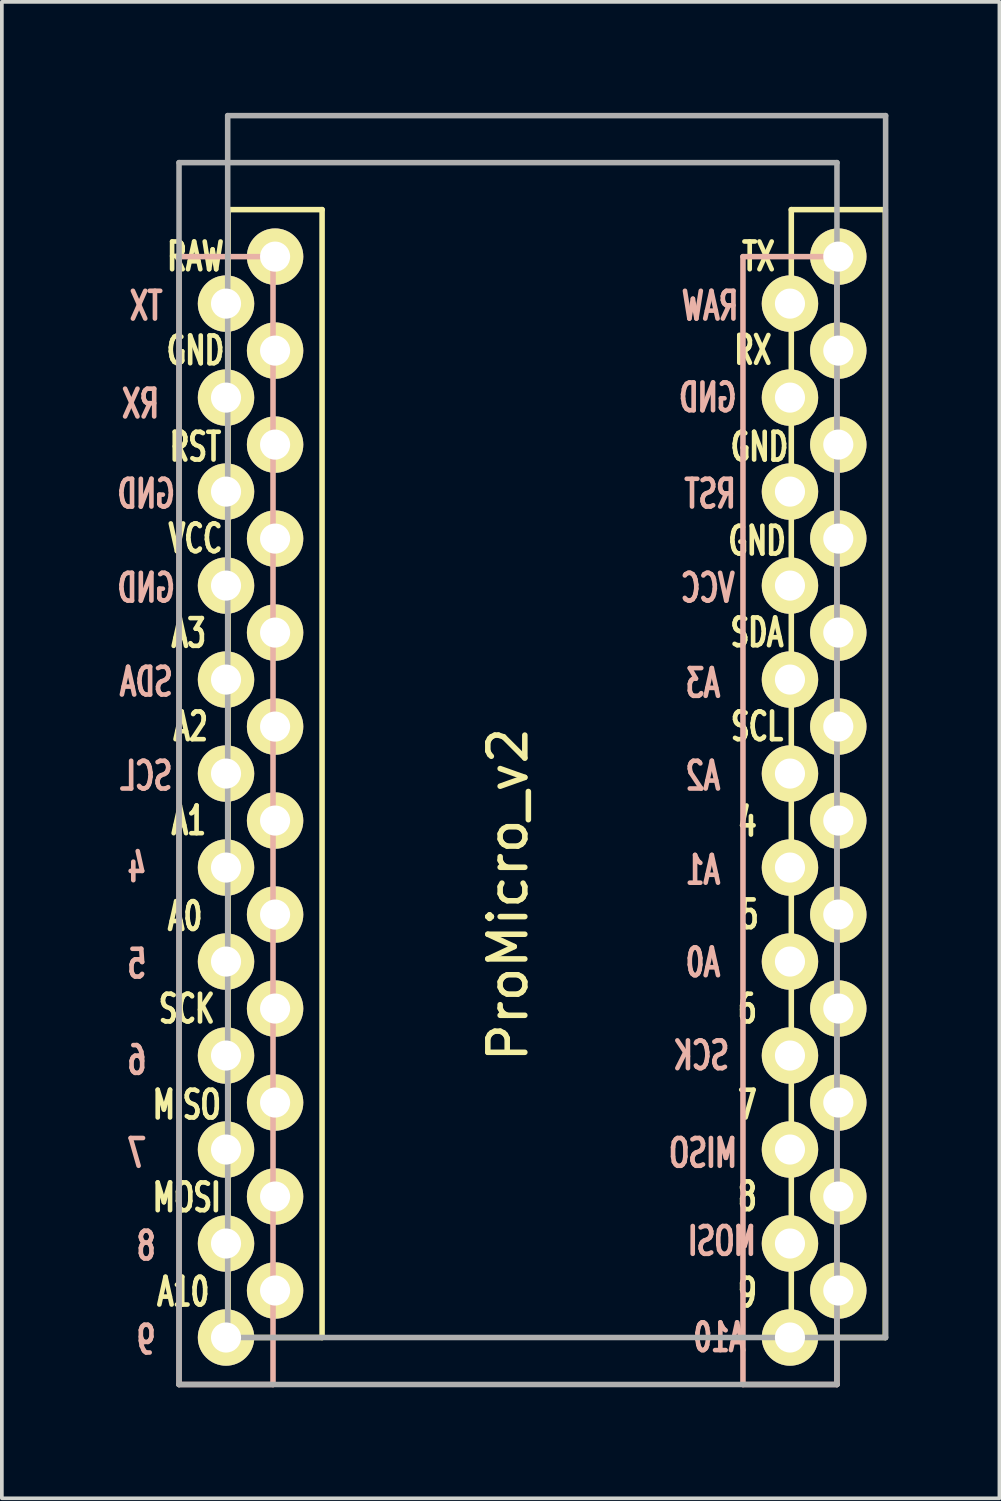
<source format=kicad_pcb>
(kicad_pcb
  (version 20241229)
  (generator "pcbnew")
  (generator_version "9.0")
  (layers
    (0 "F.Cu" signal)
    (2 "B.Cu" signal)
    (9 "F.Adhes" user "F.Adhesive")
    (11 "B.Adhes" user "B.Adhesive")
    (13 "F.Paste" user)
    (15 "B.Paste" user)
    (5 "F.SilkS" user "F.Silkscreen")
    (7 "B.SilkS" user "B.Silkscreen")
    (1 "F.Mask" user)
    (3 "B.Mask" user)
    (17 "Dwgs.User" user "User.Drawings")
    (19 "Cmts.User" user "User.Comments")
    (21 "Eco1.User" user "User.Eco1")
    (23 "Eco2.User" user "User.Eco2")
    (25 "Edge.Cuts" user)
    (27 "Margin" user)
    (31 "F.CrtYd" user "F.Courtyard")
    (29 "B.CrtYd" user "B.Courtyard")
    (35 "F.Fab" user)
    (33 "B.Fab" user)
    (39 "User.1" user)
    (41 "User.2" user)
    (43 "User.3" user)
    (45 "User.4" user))
  (footprint "ProMicro_v2"
    (layer "F.Cu")
    (at 11.948 18.363)
    (property "Reference" "ProMicro_v2" (at -1.27 2.762 270) (layer "F.SilkS") (effects (font (size 1 1) (thickness 0.15))))
    (attr through_hole)
    (fp_line (start -8.834 -15.748) (end -6.294 -15.748) (stroke (width 0.15) (type solid)) (layer "F.SilkS"))
    (fp_line (start -8.834 14.732) (end -8.834 -15.748) (stroke (width 0.15) (type solid)) (layer "F.SilkS"))
    (fp_line (start -6.294 -15.748) (end -6.294 14.732) (stroke (width 0.15) (type solid)) (layer "F.SilkS"))
    (fp_line (start -6.294 14.732) (end -8.834 14.732) (stroke (width 0.15) (type solid)) (layer "F.SilkS"))
    (fp_line (start 6.386 -15.748) (end 8.926 -15.748) (stroke (width 0.15) (type solid)) (layer "F.SilkS"))
    (fp_line (start 6.386 14.732) (end 6.386 -15.748) (stroke (width 0.15) (type solid)) (layer "F.SilkS"))
    (fp_line (start 8.926 -15.748) (end 8.926 14.732) (stroke (width 0.15) (type solid)) (layer "F.SilkS"))
    (fp_line (start 8.926 14.732) (end 6.386 14.732) (stroke (width 0.15) (type solid)) (layer "F.SilkS"))
    (fp_line (start -10.16 -14.478) (end -7.62 -14.478) (stroke (width 0.15) (type solid)) (layer "B.SilkS"))
    (fp_line (start -10.16 16.002) (end -10.16 -14.478) (stroke (width 0.15) (type solid)) (layer "B.SilkS"))
    (fp_line (start -7.62 -14.478) (end -7.62 16.002) (stroke (width 0.15) (type solid)) (layer "B.SilkS"))
    (fp_line (start -7.62 16.002) (end -10.16 16.002) (stroke (width 0.15) (type solid)) (layer "B.SilkS"))
    (fp_line (start 5.08 -14.478) (end 7.62 -14.478) (stroke (width 0.15) (type solid)) (layer "B.SilkS"))
    (fp_line (start 5.08 16.002) (end 5.08 -14.478) (stroke (width 0.15) (type solid)) (layer "B.SilkS"))
    (fp_line (start 7.62 -14.478) (end 7.62 16.002) (stroke (width 0.15) (type solid)) (layer "B.SilkS"))
    (fp_line (start 7.62 16.002) (end 5.08 16.002) (stroke (width 0.15) (type solid)) (layer "B.SilkS"))
    (fp_line (start -10.16 -17.018) (end 7.62 -17.018) (stroke (width 0.15) (type solid)) (layer "F.Fab"))
    (fp_line (start -10.16 16.002) (end -10.16 -17.018) (stroke (width 0.15) (type solid)) (layer "F.Fab"))
    (fp_line (start -8.845 -18.288) (end 8.935 -18.288) (stroke (width 0.15) (type solid)) (layer "F.Fab"))
    (fp_line (start -8.845 14.732) (end -8.845 -18.288) (stroke (width 0.15) (type solid)) (layer "F.Fab"))
    (fp_line (start 7.62 -17.018) (end 7.62 16.002) (stroke (width 0.15) (type solid)) (layer "F.Fab"))
    (fp_line (start 7.62 16.002) (end -10.16 16.002) (stroke (width 0.15) (type solid)) (layer "F.Fab"))
    (fp_line (start 8.935 -18.288) (end 8.935 14.732) (stroke (width 0.15) (type solid)) (layer "F.Fab"))
    (fp_line (start 8.935 14.732) (end -8.845 14.732) (stroke (width 0.15) (type solid)) (layer "F.Fab"))
    (fp_text user "SDA" (at 5.461 -4.318 0) (layer "F.SilkS") (effects (font (size 0.75 0.5) (thickness 0.125))))
    (fp_text user "A10" (at -10.05 13.5 0) (layer "F.SilkS") (effects (font (size 0.75 0.5) (thickness 0.125))))
    (fp_text user "RX" (at 5.35 -11.95 0) (layer "F.SilkS") (effects (font (size 0.75 0.5) (thickness 0.125))))
    (fp_text user "MISO" (at -9.95 8.445 0) (layer "F.SilkS") (effects (font (size 0.75 0.5) (thickness 0.125))))
    (fp_text user "TX" (at 5.5 -14.478 0) (layer "F.SilkS") (effects (font (size 0.75 0.5) (thickness 0.125))))
    (fp_text user "SCK" (at -9.95 5.85 0) (layer "F.SilkS") (effects (font (size 0.75 0.5) (thickness 0.125))))
    (fp_text user "6" (at 5.2 5.85 0) (layer "F.SilkS") (effects (font (size 0.75 0.5) (thickness 0.125))))
    (fp_text user "GND" (at -9.716 -11.938 0) (layer "F.SilkS") (effects (font (size 0.75 0.5) (thickness 0.125))))
    (fp_text user "4" (at 5.2 0.8 0) (layer "F.SilkS") (effects (font (size 0.75 0.5) (thickness 0.125))))
    (fp_text user "7" (at 5.2 8.445 0) (layer "F.SilkS") (effects (font (size 0.75 0.5) (thickness 0.125))))
    (fp_text user "MOSI" (at -9.95 10.95 0) (layer "F.SilkS") (effects (font (size 0.75 0.5) (thickness 0.125))))
    (fp_text user "9" (at 5.2 13.525 0) (layer "F.SilkS") (effects (font (size 0.75 0.5) (thickness 0.125))))
    (fp_text user "GND" (at 5.524 -9.335 0) (layer "F.SilkS") (effects (font (size 0.75 0.5) (thickness 0.125))))
    (fp_text user "8" (at 5.2 10.922 0) (layer "F.SilkS") (effects (font (size 0.75 0.5) (thickness 0.125))))
    (fp_text user "RST" (at -9.716 -9.335 0) (layer "F.SilkS") (effects (font (size 0.75 0.5) (thickness 0.125))))
    (fp_text user "5" (at 5.25 3.302 0) (layer "F.SilkS") (effects (font (size 0.75 0.5) (thickness 0.125))))
    (fp_text user "VCC" (at -9.716 -6.858 0) (layer "F.SilkS") (effects (font (size 0.75 0.5) (thickness 0.125))))
    (fp_text user "" (at -0.5 -17.25 0) (layer "F.SilkS") (effects (font (size 1 1) (thickness 0.15))))
    (fp_text user "RAW" (at -9.716 -14.478 0) (layer "F.SilkS") (effects (font (size 0.75 0.5) (thickness 0.125))))
    (fp_text user "A1" (at -9.9 0.762 0) (layer "F.SilkS") (effects (font (size 0.75 0.5) (thickness 0.125))))
    (fp_text user "A3" (at -9.9 -4.3 0) (layer "F.SilkS") (effects (font (size 0.75 0.5) (thickness 0.125))))
    (fp_text user "GND" (at 5.461 -6.795 0) (layer "F.SilkS") (effects (font (size 0.75 0.5) (thickness 0.125))))
    (fp_text user "A2" (at -9.85 -1.778 0) (layer "F.SilkS") (effects (font (size 0.75 0.5) (thickness 0.125))))
    (fp_text user "SCL" (at 5.461 -1.778 0) (layer "F.SilkS") (effects (font (size 0.75 0.5) (thickness 0.125))))
    (fp_text user "A0" (at -10 3.35 0) (layer "F.SilkS") (effects (font (size 0.75 0.5) (thickness 0.125))))
    (fp_text user "A1" (at 4 2.1 0) (layer "B.SilkS") (effects (font (size 0.75 0.5) (thickness 0.125)) (justify mirror)))
    (fp_text user "SCL" (at -11.049 -0.445 0) (layer "B.SilkS") (effects (font (size 0.75 0.5) (thickness 0.125)) (justify mirror)))
    (fp_text user "5" (at -11.3 4.636 0) (layer "B.SilkS") (effects (font (size 0.75 0.5) (thickness 0.125)) (justify mirror)))
    (fp_text user "GND" (at -11.049 -8.065 0) (layer "B.SilkS") (effects (font (size 0.75 0.5) (thickness 0.125)) (justify mirror)))
    (fp_text user "A10" (at 4.445 14.732 0) (layer "B.SilkS") (effects (font (size 0.75 0.5) (thickness 0.125)) (justify mirror)))
    (fp_text user "RX" (at -11.2 -10.5 0) (layer "B.SilkS") (effects (font (size 0.75 0.5) (thickness 0.125)) (justify mirror)))
    (fp_text user "MISO" (at 4 9.75 0) (layer "B.SilkS") (effects (font (size 0.75 0.5) (thickness 0.125)) (justify mirror)))
    (fp_text user "RAW" (at 4.191 -13.145 0) (layer "B.SilkS") (effects (font (size 0.75 0.5) (thickness 0.125)) (justify mirror)))
    (fp_text user "TX" (at -11.049 -13.145 0) (layer "B.SilkS") (effects (font (size 0.75 0.5) (thickness 0.125)) (justify mirror)))
    (fp_text user "7" (at -11.3 9.75 0) (layer "B.SilkS") (effects (font (size 0.75 0.5) (thickness 0.125)) (justify mirror)))
    (fp_text user "A0" (at 4 4.6 0) (layer "B.SilkS") (effects (font (size 0.75 0.5) (thickness 0.125)) (justify mirror)))
    (fp_text user "A3" (at 4 -2.95 0) (layer "B.SilkS") (effects (font (size 0.75 0.5) (thickness 0.125)) (justify mirror)))
    (fp_text user "VCC" (at 4.128 -5.524 0) (layer "B.SilkS") (effects (font (size 0.75 0.5) (thickness 0.125)) (justify mirror)))
    (fp_text user "6" (at -11.3 7.239 0) (layer "B.SilkS") (effects (font (size 0.75 0.5) (thickness 0.125)) (justify mirror)))
    (fp_text user "" (at -1.206 -16.256 0) (layer "B.SilkS") (effects (font (size 1 1) (thickness 0.15)) (justify mirror)))
    (fp_text user "4" (at -11.3 2.032 0) (layer "B.SilkS") (effects (font (size 0.75 0.5) (thickness 0.125)) (justify mirror)))
    (fp_text user "GND" (at -11.049 -5.524 0) (layer "B.SilkS") (effects (font (size 0.75 0.5) (thickness 0.125)) (justify mirror)))
    (fp_text user "GND" (at 4.128 -10.668 0) (layer "B.SilkS") (effects (font (size 0.75 0.5) (thickness 0.125)) (justify mirror)))
    (fp_text user "SCK" (at 3.95 7.112 0) (layer "B.SilkS") (effects (font (size 0.75 0.5) (thickness 0.125)) (justify mirror)))
    (fp_text user "RST" (at 4.191 -8.065 0) (layer "B.SilkS") (effects (font (size 0.75 0.5) (thickness 0.125)) (justify mirror)))
    (fp_text user "8" (at -11.049 12.255 0) (layer "B.SilkS") (effects (font (size 0.75 0.5) (thickness 0.125)) (justify mirror)))
    (fp_text user "9" (at -11.049 14.796 0) (layer "B.SilkS") (effects (font (size 0.75 0.5) (thickness 0.125)) (justify mirror)))
    (fp_text user "MOSI" (at 4.508 12.129 0) (layer "B.SilkS") (effects (font (size 0.75 0.5) (thickness 0.125)) (justify mirror)))
    (fp_text user "SDA" (at -11.049 -2.985 0) (layer "B.SilkS") (effects (font (size 0.75 0.5) (thickness 0.125)) (justify mirror)))
    (fp_text user "A2" (at 4 -0.445 0) (layer "B.SilkS") (effects (font (size 0.75 0.5) (thickness 0.125)) (justify mirror)))
    (pad "1" thru_hole circle (at -8.89 -13.208) (size 1.524 1.524) (drill 0.813) (layers "*.Cu" "*.Mask" "F.SilkS"))
    (pad "1" thru_hole circle (at 7.656 -14.478) (size 1.524 1.524) (drill 0.813) (layers "*.Cu" "*.Mask" "F.SilkS"))
    (pad "2" thru_hole circle (at -8.89 -10.668) (size 1.524 1.524) (drill 0.813) (layers "*.Cu" "*.Mask" "F.SilkS"))
    (pad "2" thru_hole circle (at 7.656 -11.938) (size 1.524 1.524) (drill 0.813) (layers "*.Cu" "*.Mask" "F.SilkS"))
    (pad "3" thru_hole circle (at -8.89 -8.128) (size 1.524 1.524) (drill 0.813) (layers "*.Cu" "*.Mask" "F.SilkS"))
    (pad "3" thru_hole circle (at 7.656 -9.398) (size 1.524 1.524) (drill 0.813) (layers "*.Cu" "*.Mask" "F.SilkS"))
    (pad "4" thru_hole circle (at -8.89 -5.588) (size 1.524 1.524) (drill 0.813) (layers "*.Cu" "*.Mask" "F.SilkS"))
    (pad "4" thru_hole circle (at 7.656 -6.858) (size 1.524 1.524) (drill 0.813) (layers "*.Cu" "*.Mask" "F.SilkS"))
    (pad "5" thru_hole circle (at -8.89 -3.048) (size 1.524 1.524) (drill 0.813) (layers "*.Cu" "*.Mask" "F.SilkS"))
    (pad "5" thru_hole circle (at 7.656 -4.318) (size 1.524 1.524) (drill 0.813) (layers "*.Cu" "*.Mask" "F.SilkS"))
    (pad "6" thru_hole circle (at -8.89 -0.508) (size 1.524 1.524) (drill 0.813) (layers "*.Cu" "*.Mask" "F.SilkS"))
    (pad "6" thru_hole circle (at 7.656 -1.778) (size 1.524 1.524) (drill 0.813) (layers "*.Cu" "*.Mask" "F.SilkS"))
    (pad "7" thru_hole circle (at -8.89 2.032) (size 1.524 1.524) (drill 0.813) (layers "*.Cu" "*.Mask" "F.SilkS"))
    (pad "7" thru_hole circle (at 7.656 0.762) (size 1.524 1.524) (drill 0.813) (layers "*.Cu" "*.Mask" "F.SilkS"))
    (pad "8" thru_hole circle (at -8.89 4.572) (size 1.524 1.524) (drill 0.813) (layers "*.Cu" "*.Mask" "F.SilkS"))
    (pad "8" thru_hole circle (at 7.656 3.302) (size 1.524 1.524) (drill 0.813) (layers "*.Cu" "*.Mask" "F.SilkS"))
    (pad "9" thru_hole circle (at -8.89 7.112) (size 1.524 1.524) (drill 0.813) (layers "*.Cu" "*.Mask" "F.SilkS"))
    (pad "9" thru_hole circle (at 7.656 5.842) (size 1.524 1.524) (drill 0.813) (layers "*.Cu" "*.Mask" "F.SilkS"))
    (pad "10" thru_hole circle (at -8.89 9.652) (size 1.524 1.524) (drill 0.813) (layers "*.Cu" "*.Mask" "F.SilkS"))
    (pad "10" thru_hole circle (at 7.656 8.382) (size 1.524 1.524) (drill 0.813) (layers "*.Cu" "*.Mask" "F.SilkS"))
    (pad "11" thru_hole circle (at -8.89 12.192) (size 1.524 1.524) (drill 0.813) (layers "*.Cu" "*.Mask" "F.SilkS"))
    (pad "11" thru_hole circle (at 7.656 10.922) (size 1.524 1.524) (drill 0.813) (layers "*.Cu" "*.Mask" "F.SilkS"))
    (pad "12" thru_hole circle (at -8.89 14.732) (size 1.524 1.524) (drill 0.813) (layers "*.Cu" "*.Mask" "F.SilkS"))
    (pad "12" thru_hole circle (at 7.656 13.462) (size 1.524 1.524) (drill 0.813) (layers "*.Cu" "*.Mask" "F.SilkS"))
    (pad "13" thru_hole circle (at -7.564 13.462) (size 1.524 1.524) (drill 0.813) (layers "*.Cu" "*.Mask" "F.SilkS"))
    (pad "13" thru_hole circle (at 6.35 14.732) (size 1.524 1.524) (drill 0.813) (layers "*.Cu" "*.Mask" "F.SilkS"))
    (pad "14" thru_hole circle (at -7.564 10.922) (size 1.524 1.524) (drill 0.813) (layers "*.Cu" "*.Mask" "F.SilkS"))
    (pad "14" thru_hole circle (at 6.35 12.192) (size 1.524 1.524) (drill 0.813) (layers "*.Cu" "*.Mask" "F.SilkS"))
    (pad "15" thru_hole circle (at -7.564 8.382) (size 1.524 1.524) (drill 0.813) (layers "*.Cu" "*.Mask" "F.SilkS"))
    (pad "15" thru_hole circle (at 6.35 9.652) (size 1.524 1.524) (drill 0.813) (layers "*.Cu" "*.Mask" "F.SilkS"))
    (pad "16" thru_hole circle (at -7.564 5.842) (size 1.524 1.524) (drill 0.813) (layers "*.Cu" "*.Mask" "F.SilkS"))
    (pad "16" thru_hole circle (at 6.35 7.112) (size 1.524 1.524) (drill 0.813) (layers "*.Cu" "*.Mask" "F.SilkS"))
    (pad "17" thru_hole circle (at -7.564 3.302) (size 1.524 1.524) (drill 0.813) (layers "*.Cu" "*.Mask" "F.SilkS"))
    (pad "17" thru_hole circle (at 6.35 4.572) (size 1.524 1.524) (drill 0.813) (layers "*.Cu" "*.Mask" "F.SilkS"))
    (pad "18" thru_hole circle (at -7.564 0.762) (size 1.524 1.524) (drill 0.813) (layers "*.Cu" "*.Mask" "F.SilkS"))
    (pad "18" thru_hole circle (at 6.35 2.032) (size 1.524 1.524) (drill 0.813) (layers "*.Cu" "*.Mask" "F.SilkS"))
    (pad "19" thru_hole circle (at -7.564 -1.778) (size 1.524 1.524) (drill 0.813) (layers "*.Cu" "*.Mask" "F.SilkS"))
    (pad "19" thru_hole circle (at 6.35 -0.508) (size 1.524 1.524) (drill 0.813) (layers "*.Cu" "*.Mask" "F.SilkS"))
    (pad "20" thru_hole circle (at -7.564 -4.318) (size 1.524 1.524) (drill 0.813) (layers "*.Cu" "*.Mask" "F.SilkS"))
    (pad "20" thru_hole circle (at 6.35 -3.048) (size 1.524 1.524) (drill 0.813) (layers "*.Cu" "*.Mask" "F.SilkS"))
    (pad "21" thru_hole circle (at -7.564 -6.858) (size 1.524 1.524) (drill 0.813) (layers "*.Cu" "*.Mask" "F.SilkS"))
    (pad "21" thru_hole circle (at 6.35 -5.588) (size 1.524 1.524) (drill 0.813) (layers "*.Cu" "*.Mask" "F.SilkS"))
    (pad "22" thru_hole circle (at -7.564 -9.398) (size 1.524 1.524) (drill 0.813) (layers "*.Cu" "*.Mask" "F.SilkS"))
    (pad "22" thru_hole circle (at 6.35 -8.128) (size 1.524 1.524) (drill 0.813) (layers "*.Cu" "*.Mask" "F.SilkS"))
    (pad "23" thru_hole circle (at -7.564 -11.938) (size 1.524 1.524) (drill 0.813) (layers "*.Cu" "*.Mask" "F.SilkS"))
    (pad "23" thru_hole circle (at 6.35 -10.668) (size 1.524 1.524) (drill 0.813) (layers "*.Cu" "*.Mask" "F.SilkS"))
    (pad "24" thru_hole circle (at -7.564 -14.478) (size 1.524 1.524) (drill 0.813) (layers "*.Cu" "*.Mask" "F.SilkS"))
    (pad "24" thru_hole circle (at 6.35 -13.208) (size 1.524 1.524) (drill 0.813) (layers "*.Cu" "*.Mask" "F.SilkS")))
  (gr_rect
    (start -3 -3)
    (end 23.958 37.44)
    (stroke (width 0.1) (type default))
    (fill no)
    (layer "Edge.Cuts")))
</source>
